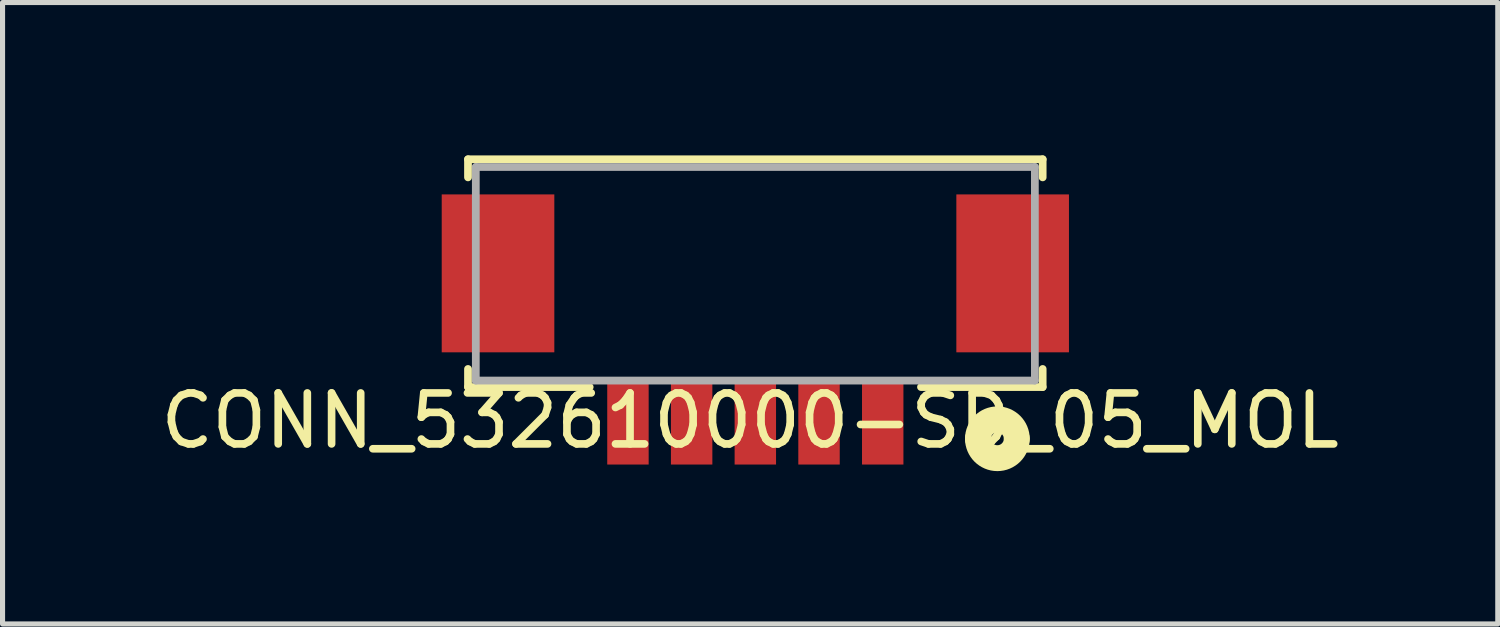
<source format=kicad_pcb>
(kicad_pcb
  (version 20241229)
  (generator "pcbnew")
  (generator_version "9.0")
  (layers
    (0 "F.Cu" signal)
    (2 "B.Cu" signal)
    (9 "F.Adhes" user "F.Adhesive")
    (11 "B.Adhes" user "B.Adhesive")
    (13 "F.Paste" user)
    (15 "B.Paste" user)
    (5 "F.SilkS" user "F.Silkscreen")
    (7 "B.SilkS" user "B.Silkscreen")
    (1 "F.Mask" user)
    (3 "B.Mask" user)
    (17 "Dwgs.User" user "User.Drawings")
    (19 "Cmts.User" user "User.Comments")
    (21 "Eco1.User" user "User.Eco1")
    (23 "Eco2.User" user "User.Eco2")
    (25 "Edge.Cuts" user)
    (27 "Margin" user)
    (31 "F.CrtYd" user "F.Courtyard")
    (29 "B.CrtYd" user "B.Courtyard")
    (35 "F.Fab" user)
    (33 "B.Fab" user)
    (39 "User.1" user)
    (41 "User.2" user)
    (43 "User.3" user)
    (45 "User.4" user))
  (footprint "CONN_532610000-SD_05_MOL"
    (layer "F.Cu")
    (at 11.774 2.311)
    (property "Reference" "CONN_532610000-SD_05_MOL" (at -0.102 2.896 180) (layer "F.SilkS") (effects (font (size 1 1) (thickness 0.15))))
    (attr smd)
    (fp_line (start -5.639 -2.235) (end -5.639 -1.88) (stroke (width 0.152) (type solid)) (layer "F.SilkS"))
    (fp_line (start -5.639 1.88) (end -5.639 2.235) (stroke (width 0.152) (type solid)) (layer "F.SilkS"))
    (fp_line (start -5.639 2.235) (end -3.251 2.235) (stroke (width 0.152) (type solid)) (layer "F.SilkS"))
    (fp_line (start 3.251 2.235) (end 5.639 2.235) (stroke (width 0.152) (type solid)) (layer "F.SilkS"))
    (fp_line (start 5.639 -2.235) (end -5.639 -2.235) (stroke (width 0.152) (type solid)) (layer "F.SilkS"))
    (fp_line (start 5.639 -1.88) (end 5.639 -2.235) (stroke (width 0.152) (type solid)) (layer "F.SilkS"))
    (fp_line (start 5.639 2.235) (end 5.639 1.88) (stroke (width 0.152) (type solid)) (layer "F.SilkS"))
    (fp_arc (start 4.369 3.25) (mid 4.75 2.869) (end 5.131 3.25) (stroke (width 0.508) (type solid)) (layer "F.SilkS"))
    (fp_arc (start 5.131 3.25) (mid 4.75 3.631) (end 4.369 3.25) (stroke (width 0.508) (type solid)) (layer "F.SilkS"))
    (fp_line (start -5.486 -2.083) (end -5.486 2.108) (stroke (width 0.152) (type solid)) (layer "F.Fab"))
    (fp_line (start -5.486 2.108) (end 5.486 2.108) (stroke (width 0.152) (type solid)) (layer "F.Fab"))
    (fp_line (start 5.486 -2.083) (end -5.486 -2.083) (stroke (width 0.152) (type solid)) (layer "F.Fab"))
    (fp_line (start 5.486 2.108) (end 5.486 -2.083) (stroke (width 0.152) (type solid)) (layer "F.Fab"))
    (pad "1" smd rect (at 2.5 2.905) (size 0.813 1.702) (layers "F.Cu" "F.Mask" "F.Paste"))
    (pad "2" smd rect (at 1.25 2.905) (size 0.813 1.702) (layers "F.Cu" "F.Mask" "F.Paste"))
    (pad "3" smd rect (at 0 2.905) (size 0.813 1.702) (layers "F.Cu" "F.Mask" "F.Paste"))
    (pad "4" smd rect (at -1.25 2.905) (size 0.813 1.702) (layers "F.Cu" "F.Mask" "F.Paste"))
    (pad "5" smd rect (at -2.5 2.905) (size 0.813 1.702) (layers "F.Cu" "F.Mask" "F.Paste"))
    (pad "6" smd rect (at -5.05 0.004) (size 2.21 3.099) (layers "F.Cu" "F.Mask" "F.Paste"))
    (pad "7" smd rect (at 5.05 0.004) (size 2.21 3.099) (layers "F.Cu" "F.Mask" "F.Paste")))
  (gr_rect
    (start -3 -3)
    (end 26.345 9.196)
    (stroke (width 0.1) (type default))
    (fill no)
    (layer "Edge.Cuts")))
</source>
